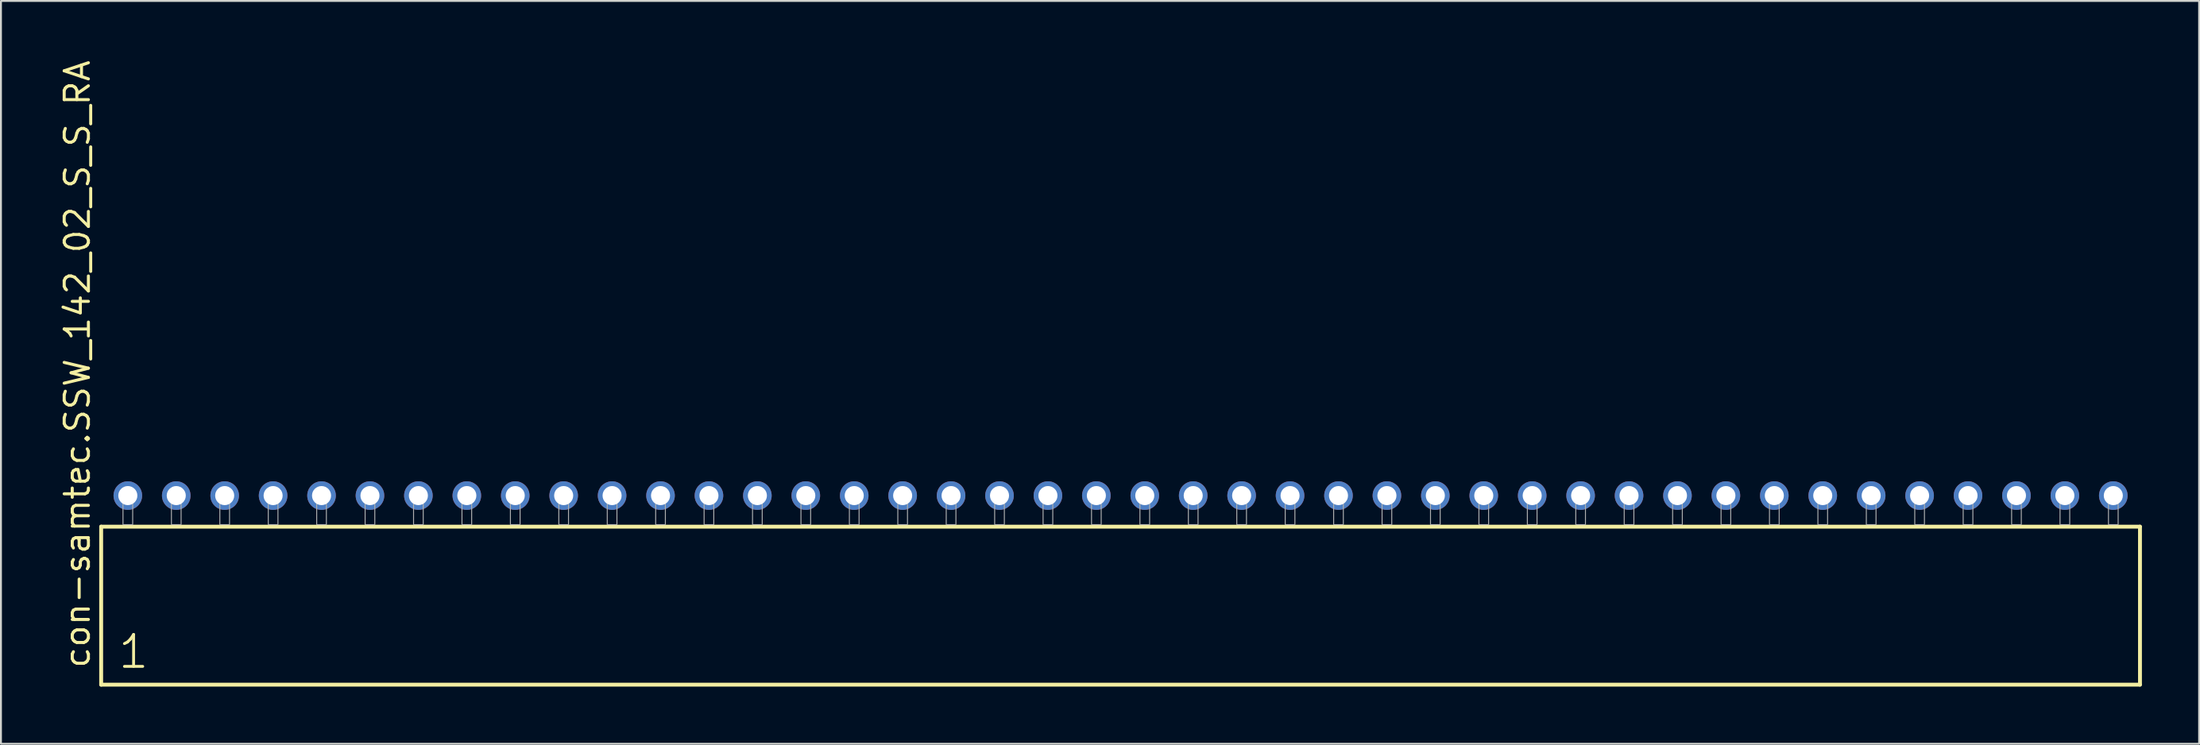
<source format=kicad_pcb>
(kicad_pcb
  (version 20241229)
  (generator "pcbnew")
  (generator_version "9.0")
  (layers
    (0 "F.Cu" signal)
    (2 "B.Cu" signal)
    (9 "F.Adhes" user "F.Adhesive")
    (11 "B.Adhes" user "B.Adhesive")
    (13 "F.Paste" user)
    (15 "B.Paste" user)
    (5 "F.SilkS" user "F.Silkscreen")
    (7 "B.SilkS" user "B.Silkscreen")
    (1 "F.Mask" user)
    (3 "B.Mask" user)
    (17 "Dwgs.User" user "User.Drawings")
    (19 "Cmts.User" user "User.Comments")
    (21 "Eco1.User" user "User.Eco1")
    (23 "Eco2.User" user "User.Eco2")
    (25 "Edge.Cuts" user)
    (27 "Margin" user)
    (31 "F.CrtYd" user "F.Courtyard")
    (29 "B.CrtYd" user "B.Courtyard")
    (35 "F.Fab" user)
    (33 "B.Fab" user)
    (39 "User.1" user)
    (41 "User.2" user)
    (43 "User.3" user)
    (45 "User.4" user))
  (footprint "con-samtec.SSW_142_02_S_S_RA"
    (layer "F.Cu")
    (at 55.725 24.477)
    (property "Reference" "con-samtec.SSW_142_02_S_S_RA" (at -53.975 7.62 90) (layer "F.SilkS") (effects (font (size 1.27 1.27) (thickness 0.16)) (justify left bottom)))
    (attr through_hole)
    (fp_line (start -53.469 0.106) (end -53.469 8.396) (stroke (width 0.203) (type default)) (layer "F.SilkS"))
    (fp_line (start -53.469 8.396) (end 53.469 8.396) (stroke (width 0.203) (type default)) (layer "F.SilkS"))
    (fp_line (start 53.469 0.106) (end -53.469 0.106) (stroke (width 0.203) (type default)) (layer "F.SilkS"))
    (fp_line (start 53.469 8.396) (end 53.469 0.106) (stroke (width 0.203) (type default)) (layer "F.SilkS"))
    (fp_rect (start -52.324 0) (end -51.816 -1.778) (stroke (width 0.05) (type default)) (fill no) (layer "F.Fab"))
    (fp_rect (start -49.784 0) (end -49.276 -1.778) (stroke (width 0.05) (type default)) (fill no) (layer "F.Fab"))
    (fp_rect (start -47.244 0) (end -46.736 -1.778) (stroke (width 0.05) (type default)) (fill no) (layer "F.Fab"))
    (fp_rect (start -44.704 0) (end -44.196 -1.778) (stroke (width 0.05) (type default)) (fill no) (layer "F.Fab"))
    (fp_rect (start -42.164 0) (end -41.656 -1.778) (stroke (width 0.05) (type default)) (fill no) (layer "F.Fab"))
    (fp_rect (start -39.624 0) (end -39.116 -1.778) (stroke (width 0.05) (type default)) (fill no) (layer "F.Fab"))
    (fp_rect (start -37.084 0) (end -36.576 -1.778) (stroke (width 0.05) (type default)) (fill no) (layer "F.Fab"))
    (fp_rect (start -34.544 0) (end -34.036 -1.778) (stroke (width 0.05) (type default)) (fill no) (layer "F.Fab"))
    (fp_rect (start -32.004 0) (end -31.496 -1.778) (stroke (width 0.05) (type default)) (fill no) (layer "F.Fab"))
    (fp_rect (start -29.464 0) (end -28.956 -1.778) (stroke (width 0.05) (type default)) (fill no) (layer "F.Fab"))
    (fp_rect (start -26.924 0) (end -26.416 -1.778) (stroke (width 0.05) (type default)) (fill no) (layer "F.Fab"))
    (fp_rect (start -24.384 0) (end -23.876 -1.778) (stroke (width 0.05) (type default)) (fill no) (layer "F.Fab"))
    (fp_rect (start -21.844 0) (end -21.336 -1.778) (stroke (width 0.05) (type default)) (fill no) (layer "F.Fab"))
    (fp_rect (start -19.304 0) (end -18.796 -1.778) (stroke (width 0.05) (type default)) (fill no) (layer "F.Fab"))
    (fp_rect (start -16.764 0) (end -16.256 -1.778) (stroke (width 0.05) (type default)) (fill no) (layer "F.Fab"))
    (fp_rect (start -14.224 0) (end -13.716 -1.778) (stroke (width 0.05) (type default)) (fill no) (layer "F.Fab"))
    (fp_rect (start -11.684 0) (end -11.176 -1.778) (stroke (width 0.05) (type default)) (fill no) (layer "F.Fab"))
    (fp_rect (start -9.144 0) (end -8.636 -1.778) (stroke (width 0.05) (type default)) (fill no) (layer "F.Fab"))
    (fp_rect (start -6.604 0) (end -6.096 -1.778) (stroke (width 0.05) (type default)) (fill no) (layer "F.Fab"))
    (fp_rect (start -4.064 0) (end -3.556 -1.778) (stroke (width 0.05) (type default)) (fill no) (layer "F.Fab"))
    (fp_rect (start -1.524 0) (end -1.016 -1.778) (stroke (width 0.05) (type default)) (fill no) (layer "F.Fab"))
    (fp_rect (start 1.016 0) (end 1.524 -1.778) (stroke (width 0.05) (type default)) (fill no) (layer "F.Fab"))
    (fp_rect (start 3.556 0) (end 4.064 -1.778) (stroke (width 0.05) (type default)) (fill no) (layer "F.Fab"))
    (fp_rect (start 6.096 0) (end 6.604 -1.778) (stroke (width 0.05) (type default)) (fill no) (layer "F.Fab"))
    (fp_rect (start 8.636 0) (end 9.144 -1.778) (stroke (width 0.05) (type default)) (fill no) (layer "F.Fab"))
    (fp_rect (start 11.176 0) (end 11.684 -1.778) (stroke (width 0.05) (type default)) (fill no) (layer "F.Fab"))
    (fp_rect (start 13.716 0) (end 14.224 -1.778) (stroke (width 0.05) (type default)) (fill no) (layer "F.Fab"))
    (fp_rect (start 16.256 0) (end 16.764 -1.778) (stroke (width 0.05) (type default)) (fill no) (layer "F.Fab"))
    (fp_rect (start 18.796 0) (end 19.304 -1.778) (stroke (width 0.05) (type default)) (fill no) (layer "F.Fab"))
    (fp_rect (start 21.336 0) (end 21.844 -1.778) (stroke (width 0.05) (type default)) (fill no) (layer "F.Fab"))
    (fp_rect (start 23.876 0) (end 24.384 -1.778) (stroke (width 0.05) (type default)) (fill no) (layer "F.Fab"))
    (fp_rect (start 26.416 0) (end 26.924 -1.778) (stroke (width 0.05) (type default)) (fill no) (layer "F.Fab"))
    (fp_rect (start 28.956 0) (end 29.464 -1.778) (stroke (width 0.05) (type default)) (fill no) (layer "F.Fab"))
    (fp_rect (start 31.496 0) (end 32.004 -1.778) (stroke (width 0.05) (type default)) (fill no) (layer "F.Fab"))
    (fp_rect (start 34.036 0) (end 34.544 -1.778) (stroke (width 0.05) (type default)) (fill no) (layer "F.Fab"))
    (fp_rect (start 36.576 0) (end 37.084 -1.778) (stroke (width 0.05) (type default)) (fill no) (layer "F.Fab"))
    (fp_rect (start 39.116 0) (end 39.624 -1.778) (stroke (width 0.05) (type default)) (fill no) (layer "F.Fab"))
    (fp_rect (start 41.656 0) (end 42.164 -1.778) (stroke (width 0.05) (type default)) (fill no) (layer "F.Fab"))
    (fp_rect (start 44.196 0) (end 44.704 -1.778) (stroke (width 0.05) (type default)) (fill no) (layer "F.Fab"))
    (fp_rect (start 46.736 0) (end 47.244 -1.778) (stroke (width 0.05) (type default)) (fill no) (layer "F.Fab"))
    (fp_rect (start 49.276 0) (end 49.784 -1.778) (stroke (width 0.05) (type default)) (fill no) (layer "F.Fab"))
    (fp_rect (start 51.816 0) (end 52.324 -1.778) (stroke (width 0.05) (type default)) (fill no) (layer "F.Fab"))
    (fp_text user "1" (at -52.665 7.65 0) (layer "F.SilkS") (effects (font (size 1.676 1.676) (thickness 0.15)) (justify left bottom)))
    (pad "1" thru_hole circle (at -52.07 -1.524) (size 1.5 1.5) (drill 1) (layers "*.Cu" "*.Mask"))
    (pad "2" thru_hole circle (at -49.53 -1.524) (size 1.5 1.5) (drill 1) (layers "*.Cu" "*.Mask"))
    (pad "3" thru_hole circle (at -46.99 -1.524) (size 1.5 1.5) (drill 1) (layers "*.Cu" "*.Mask"))
    (pad "4" thru_hole circle (at -44.45 -1.524) (size 1.5 1.5) (drill 1) (layers "*.Cu" "*.Mask"))
    (pad "5" thru_hole circle (at -41.91 -1.524) (size 1.5 1.5) (drill 1) (layers "*.Cu" "*.Mask"))
    (pad "6" thru_hole circle (at -39.37 -1.524) (size 1.5 1.5) (drill 1) (layers "*.Cu" "*.Mask"))
    (pad "7" thru_hole circle (at -36.83 -1.524) (size 1.5 1.5) (drill 1) (layers "*.Cu" "*.Mask"))
    (pad "8" thru_hole circle (at -34.29 -1.524) (size 1.5 1.5) (drill 1) (layers "*.Cu" "*.Mask"))
    (pad "9" thru_hole circle (at -31.75 -1.524) (size 1.5 1.5) (drill 1) (layers "*.Cu" "*.Mask"))
    (pad "10" thru_hole circle (at -29.21 -1.524) (size 1.5 1.5) (drill 1) (layers "*.Cu" "*.Mask"))
    (pad "11" thru_hole circle (at -26.67 -1.524) (size 1.5 1.5) (drill 1) (layers "*.Cu" "*.Mask"))
    (pad "12" thru_hole circle (at -24.13 -1.524) (size 1.5 1.5) (drill 1) (layers "*.Cu" "*.Mask"))
    (pad "13" thru_hole circle (at -21.59 -1.524) (size 1.5 1.5) (drill 1) (layers "*.Cu" "*.Mask"))
    (pad "14" thru_hole circle (at -19.05 -1.524) (size 1.5 1.5) (drill 1) (layers "*.Cu" "*.Mask"))
    (pad "15" thru_hole circle (at -16.51 -1.524) (size 1.5 1.5) (drill 1) (layers "*.Cu" "*.Mask"))
    (pad "16" thru_hole circle (at -13.97 -1.524) (size 1.5 1.5) (drill 1) (layers "*.Cu" "*.Mask"))
    (pad "17" thru_hole circle (at -11.43 -1.524) (size 1.5 1.5) (drill 1) (layers "*.Cu" "*.Mask"))
    (pad "18" thru_hole circle (at -8.89 -1.524) (size 1.5 1.5) (drill 1) (layers "*.Cu" "*.Mask"))
    (pad "19" thru_hole circle (at -6.35 -1.524) (size 1.5 1.5) (drill 1) (layers "*.Cu" "*.Mask"))
    (pad "20" thru_hole circle (at -3.81 -1.524) (size 1.5 1.5) (drill 1) (layers "*.Cu" "*.Mask"))
    (pad "21" thru_hole circle (at -1.27 -1.524) (size 1.5 1.5) (drill 1) (layers "*.Cu" "*.Mask"))
    (pad "22" thru_hole circle (at 1.27 -1.524) (size 1.5 1.5) (drill 1) (layers "*.Cu" "*.Mask"))
    (pad "23" thru_hole circle (at 3.81 -1.524) (size 1.5 1.5) (drill 1) (layers "*.Cu" "*.Mask"))
    (pad "24" thru_hole circle (at 6.35 -1.524) (size 1.5 1.5) (drill 1) (layers "*.Cu" "*.Mask"))
    (pad "25" thru_hole circle (at 8.89 -1.524) (size 1.5 1.5) (drill 1) (layers "*.Cu" "*.Mask"))
    (pad "26" thru_hole circle (at 11.43 -1.524) (size 1.5 1.5) (drill 1) (layers "*.Cu" "*.Mask"))
    (pad "27" thru_hole circle (at 13.97 -1.524) (size 1.5 1.5) (drill 1) (layers "*.Cu" "*.Mask"))
    (pad "28" thru_hole circle (at 16.51 -1.524) (size 1.5 1.5) (drill 1) (layers "*.Cu" "*.Mask"))
    (pad "29" thru_hole circle (at 19.05 -1.524) (size 1.5 1.5) (drill 1) (layers "*.Cu" "*.Mask"))
    (pad "30" thru_hole circle (at 21.59 -1.524) (size 1.5 1.5) (drill 1) (layers "*.Cu" "*.Mask"))
    (pad "31" thru_hole circle (at 24.13 -1.524) (size 1.5 1.5) (drill 1) (layers "*.Cu" "*.Mask"))
    (pad "32" thru_hole circle (at 26.67 -1.524) (size 1.5 1.5) (drill 1) (layers "*.Cu" "*.Mask"))
    (pad "33" thru_hole circle (at 29.21 -1.524) (size 1.5 1.5) (drill 1) (layers "*.Cu" "*.Mask"))
    (pad "34" thru_hole circle (at 31.75 -1.524) (size 1.5 1.5) (drill 1) (layers "*.Cu" "*.Mask"))
    (pad "35" thru_hole circle (at 34.29 -1.524) (size 1.5 1.5) (drill 1) (layers "*.Cu" "*.Mask"))
    (pad "36" thru_hole circle (at 36.83 -1.524) (size 1.5 1.5) (drill 1) (layers "*.Cu" "*.Mask"))
    (pad "37" thru_hole circle (at 39.37 -1.524) (size 1.5 1.5) (drill 1) (layers "*.Cu" "*.Mask"))
    (pad "38" thru_hole circle (at 41.91 -1.524) (size 1.5 1.5) (drill 1) (layers "*.Cu" "*.Mask"))
    (pad "39" thru_hole circle (at 44.45 -1.524) (size 1.5 1.5) (drill 1) (layers "*.Cu" "*.Mask"))
    (pad "40" thru_hole circle (at 46.99 -1.524) (size 1.5 1.5) (drill 1) (layers "*.Cu" "*.Mask"))
    (pad "41" thru_hole circle (at 49.53 -1.524) (size 1.5 1.5) (drill 1) (layers "*.Cu" "*.Mask"))
    (pad "42" thru_hole circle (at 52.07 -1.524) (size 1.5 1.5) (drill 1) (layers "*.Cu" "*.Mask")))
  (gr_rect
    (start -3 -3)
    (end 112.296 35.975)
    (stroke (width 0.1) (type default))
    (fill no)
    (layer "Edge.Cuts")))
</source>
